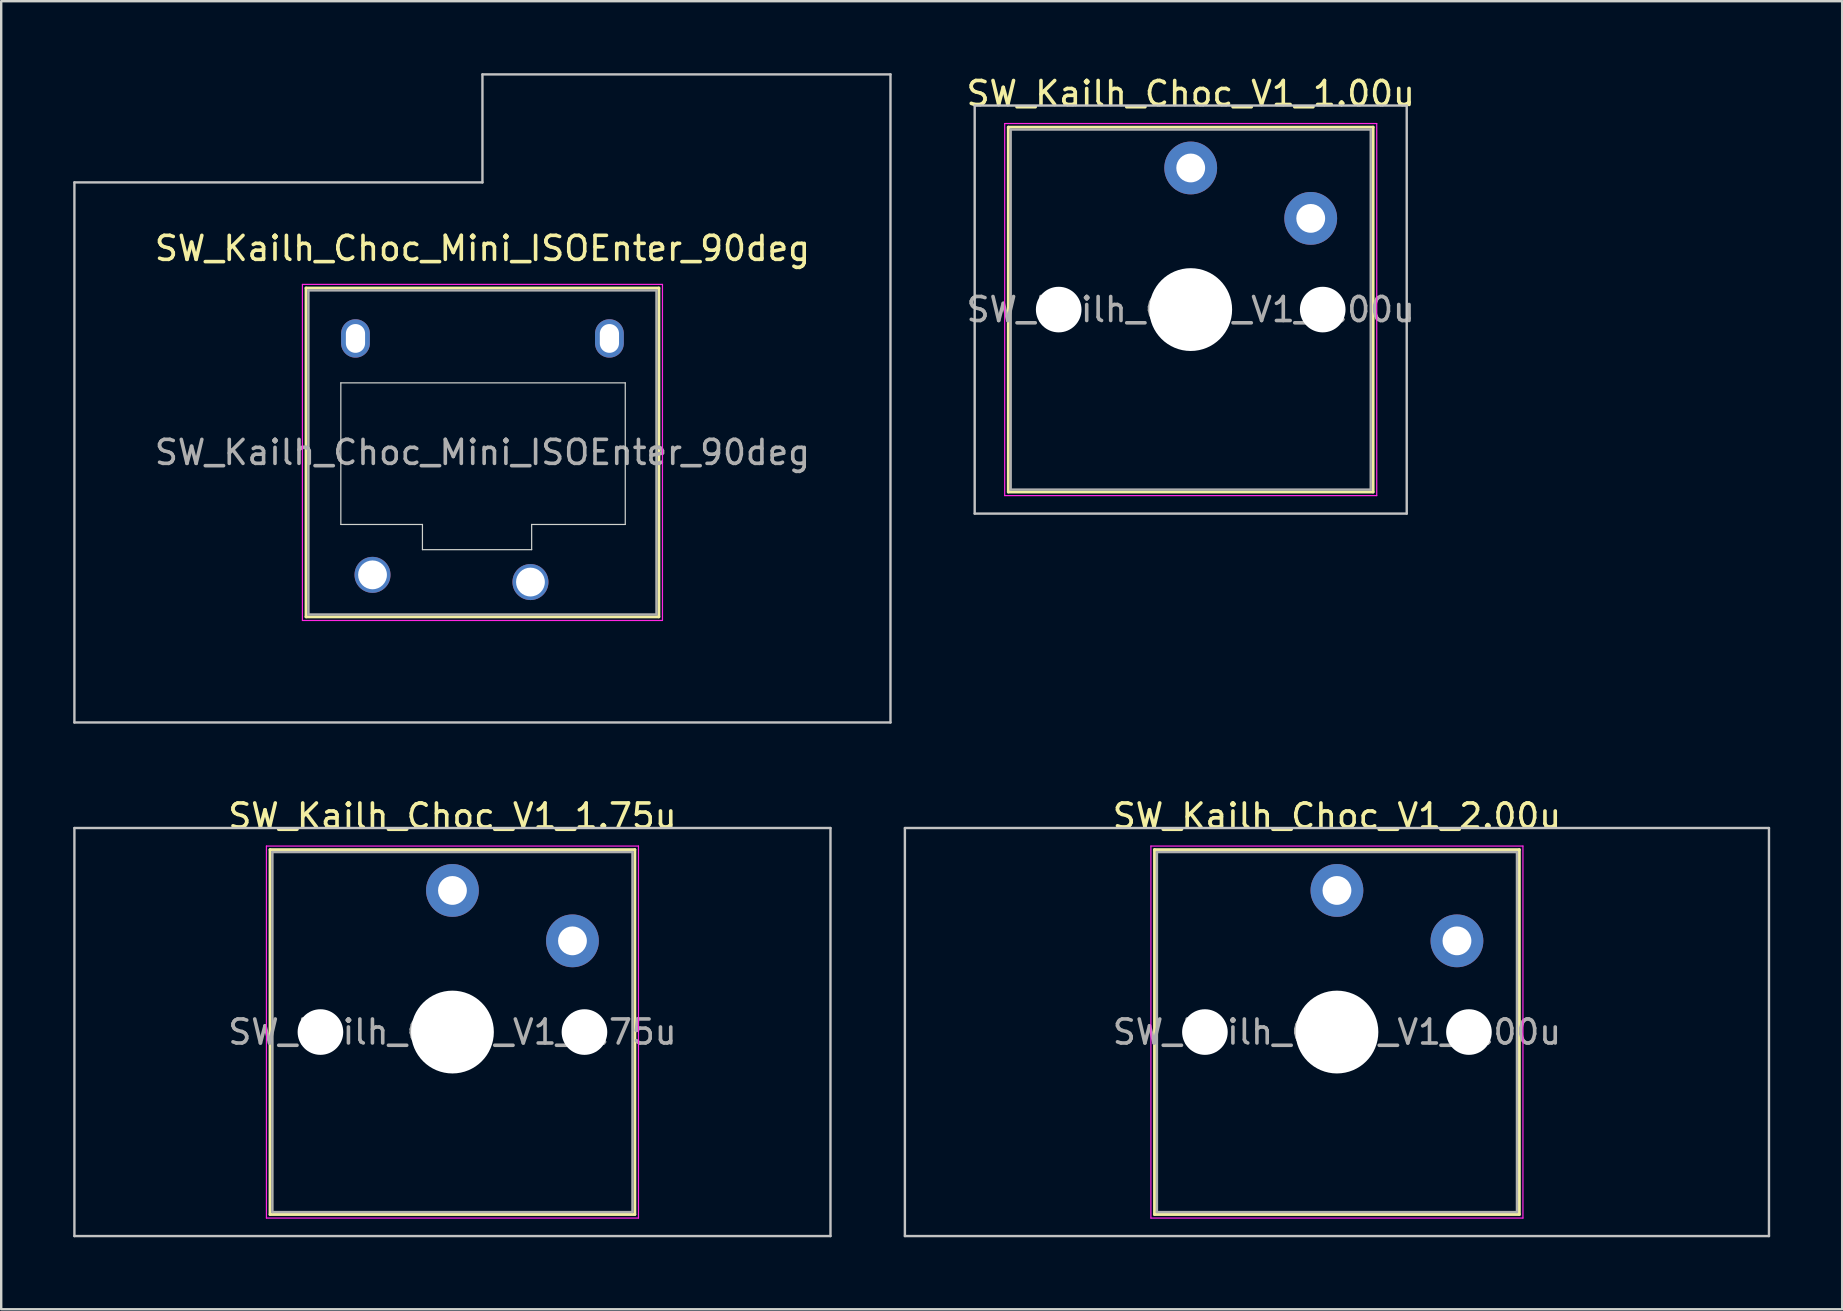
<source format=kicad_pcb>
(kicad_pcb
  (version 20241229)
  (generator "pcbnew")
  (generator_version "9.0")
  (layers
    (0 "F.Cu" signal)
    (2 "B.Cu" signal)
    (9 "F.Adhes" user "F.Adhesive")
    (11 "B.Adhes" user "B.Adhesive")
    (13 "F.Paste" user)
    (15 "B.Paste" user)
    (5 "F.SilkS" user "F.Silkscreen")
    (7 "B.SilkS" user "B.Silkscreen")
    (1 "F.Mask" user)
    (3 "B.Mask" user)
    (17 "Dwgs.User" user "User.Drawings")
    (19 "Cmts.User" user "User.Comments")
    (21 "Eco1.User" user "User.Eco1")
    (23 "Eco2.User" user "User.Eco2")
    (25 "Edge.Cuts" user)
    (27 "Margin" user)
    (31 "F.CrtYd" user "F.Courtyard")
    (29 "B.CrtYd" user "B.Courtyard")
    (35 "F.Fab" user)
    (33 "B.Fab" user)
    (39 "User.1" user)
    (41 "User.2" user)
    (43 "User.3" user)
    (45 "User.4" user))
  (footprint "SW_Kailh_Choc_V1_2.00u"
    (layer "F.Cu")
    (at 52.65 39.948)
    (property "Reference" "SW_Kailh_Choc_V1_2.00u" (at 0 -9 0) (layer "F.SilkS") (effects (font (size 1 1) (thickness 0.15))))
    (attr through_hole)
    (fp_line (start -7.6 -7.6) (end -7.6 7.6) (stroke (width 0.12) (type solid)) (layer "F.SilkS"))
    (fp_line (start -7.6 7.6) (end 7.6 7.6) (stroke (width 0.12) (type solid)) (layer "F.SilkS"))
    (fp_line (start 7.6 -7.6) (end -7.6 -7.6) (stroke (width 0.12) (type solid)) (layer "F.SilkS"))
    (fp_line (start 7.6 7.6) (end 7.6 -7.6) (stroke (width 0.12) (type solid)) (layer "F.SilkS"))
    (fp_line (start -18 -8.5) (end -18 8.5) (stroke (width 0.1) (type solid)) (layer "Dwgs.User"))
    (fp_line (start -18 8.5) (end 18 8.5) (stroke (width 0.1) (type solid)) (layer "Dwgs.User"))
    (fp_line (start 18 -8.5) (end -18 -8.5) (stroke (width 0.1) (type solid)) (layer "Dwgs.User"))
    (fp_line (start 18 8.5) (end 18 -8.5) (stroke (width 0.1) (type solid)) (layer "Dwgs.User"))
    (fp_line (start -7.25 -7.25) (end -7.25 7.25) (stroke (width 0.1) (type solid)) (layer "Eco1.User"))
    (fp_line (start -7.25 7.25) (end 7.25 7.25) (stroke (width 0.1) (type solid)) (layer "Eco1.User"))
    (fp_line (start 7.25 -7.25) (end -7.25 -7.25) (stroke (width 0.1) (type solid)) (layer "Eco1.User"))
    (fp_line (start 7.25 7.25) (end 7.25 -7.25) (stroke (width 0.1) (type solid)) (layer "Eco1.User"))
    (fp_line (start -7.75 -7.75) (end -7.75 7.75) (stroke (width 0.05) (type solid)) (layer "F.CrtYd"))
    (fp_line (start -7.75 7.75) (end 7.75 7.75) (stroke (width 0.05) (type solid)) (layer "F.CrtYd"))
    (fp_line (start 7.75 -7.75) (end -7.75 -7.75) (stroke (width 0.05) (type solid)) (layer "F.CrtYd"))
    (fp_line (start 7.75 7.75) (end 7.75 -7.75) (stroke (width 0.05) (type solid)) (layer "F.CrtYd"))
    (fp_line (start -7.5 -7.5) (end -7.5 7.5) (stroke (width 0.1) (type solid)) (layer "F.Fab"))
    (fp_line (start -7.5 7.5) (end 7.5 7.5) (stroke (width 0.1) (type solid)) (layer "F.Fab"))
    (fp_line (start 7.5 -7.5) (end -7.5 -7.5) (stroke (width 0.1) (type solid)) (layer "F.Fab"))
    (fp_line (start 7.5 7.5) (end 7.5 -7.5) (stroke (width 0.1) (type solid)) (layer "F.Fab"))
    (fp_text user "${REFERENCE}" (at 0 0 0) (layer "F.Fab") (effects (font (size 1 1) (thickness 0.15))))
    (pad "" np_thru_hole circle (at -5.5 0) (size 1.9 1.9) (drill 1.9) (layers "*.Cu" "*.Mask"))
    (pad "" np_thru_hole circle (at 0 0) (size 3.45 3.45) (drill 3.45) (layers "*.Cu" "*.Mask"))
    (pad "" np_thru_hole circle (at 5.5 0) (size 1.9 1.9) (drill 1.9) (layers "*.Cu" "*.Mask"))
    (pad "1" thru_hole circle (at 0 -5.9) (size 2.2 2.2) (drill 1.2) (layers "*.Cu" "*.Mask"))
    (pad "2" thru_hole circle (at 5 -3.8) (size 2.2 2.2) (drill 1.2) (layers "*.Cu" "*.Mask")))
  (footprint "SW_Kailh_Choc_V1_1.00u"
    (layer "F.Cu")
    (at 46.558 9.848)
    (property "Reference" "SW_Kailh_Choc_V1_1.00u" (at 0 -9 0) (layer "F.SilkS") (effects (font (size 1 1) (thickness 0.15))))
    (attr through_hole)
    (fp_line (start -7.6 -7.6) (end -7.6 7.6) (stroke (width 0.12) (type solid)) (layer "F.SilkS"))
    (fp_line (start -7.6 7.6) (end 7.6 7.6) (stroke (width 0.12) (type solid)) (layer "F.SilkS"))
    (fp_line (start 7.6 -7.6) (end -7.6 -7.6) (stroke (width 0.12) (type solid)) (layer "F.SilkS"))
    (fp_line (start 7.6 7.6) (end 7.6 -7.6) (stroke (width 0.12) (type solid)) (layer "F.SilkS"))
    (fp_line (start -9 -8.5) (end -9 8.5) (stroke (width 0.1) (type solid)) (layer "Dwgs.User"))
    (fp_line (start -9 8.5) (end 9 8.5) (stroke (width 0.1) (type solid)) (layer "Dwgs.User"))
    (fp_line (start 9 -8.5) (end -9 -8.5) (stroke (width 0.1) (type solid)) (layer "Dwgs.User"))
    (fp_line (start 9 8.5) (end 9 -8.5) (stroke (width 0.1) (type solid)) (layer "Dwgs.User"))
    (fp_line (start -7.25 -7.25) (end -7.25 7.25) (stroke (width 0.1) (type solid)) (layer "Eco1.User"))
    (fp_line (start -7.25 7.25) (end 7.25 7.25) (stroke (width 0.1) (type solid)) (layer "Eco1.User"))
    (fp_line (start 7.25 -7.25) (end -7.25 -7.25) (stroke (width 0.1) (type solid)) (layer "Eco1.User"))
    (fp_line (start 7.25 7.25) (end 7.25 -7.25) (stroke (width 0.1) (type solid)) (layer "Eco1.User"))
    (fp_line (start -7.75 -7.75) (end -7.75 7.75) (stroke (width 0.05) (type solid)) (layer "F.CrtYd"))
    (fp_line (start -7.75 7.75) (end 7.75 7.75) (stroke (width 0.05) (type solid)) (layer "F.CrtYd"))
    (fp_line (start 7.75 -7.75) (end -7.75 -7.75) (stroke (width 0.05) (type solid)) (layer "F.CrtYd"))
    (fp_line (start 7.75 7.75) (end 7.75 -7.75) (stroke (width 0.05) (type solid)) (layer "F.CrtYd"))
    (fp_line (start -7.5 -7.5) (end -7.5 7.5) (stroke (width 0.1) (type solid)) (layer "F.Fab"))
    (fp_line (start -7.5 7.5) (end 7.5 7.5) (stroke (width 0.1) (type solid)) (layer "F.Fab"))
    (fp_line (start 7.5 -7.5) (end -7.5 -7.5) (stroke (width 0.1) (type solid)) (layer "F.Fab"))
    (fp_line (start 7.5 7.5) (end 7.5 -7.5) (stroke (width 0.1) (type solid)) (layer "F.Fab"))
    (fp_text user "${REFERENCE}" (at 0 0 0) (layer "F.Fab") (effects (font (size 1 1) (thickness 0.15))))
    (pad "" np_thru_hole circle (at -5.5 0) (size 1.9 1.9) (drill 1.9) (layers "*.Cu" "*.Mask"))
    (pad "" np_thru_hole circle (at 0 0) (size 3.45 3.45) (drill 3.45) (layers "*.Cu" "*.Mask"))
    (pad "" np_thru_hole circle (at 5.5 0) (size 1.9 1.9) (drill 1.9) (layers "*.Cu" "*.Mask"))
    (pad "1" thru_hole circle (at 0 -5.9) (size 2.2 2.2) (drill 1.2) (layers "*.Cu" "*.Mask"))
    (pad "2" thru_hole circle (at 5 -3.8) (size 2.2 2.2) (drill 1.2) (layers "*.Cu" "*.Mask")))
  (footprint "SW_Kailh_Choc_V1_1.75u"
    (layer "F.Cu")
    (at 15.8 39.948)
    (property "Reference" "SW_Kailh_Choc_V1_1.75u" (at 0 -9 0) (layer "F.SilkS") (effects (font (size 1 1) (thickness 0.15))))
    (attr through_hole)
    (fp_line (start -7.6 -7.6) (end -7.6 7.6) (stroke (width 0.12) (type solid)) (layer "F.SilkS"))
    (fp_line (start -7.6 7.6) (end 7.6 7.6) (stroke (width 0.12) (type solid)) (layer "F.SilkS"))
    (fp_line (start 7.6 -7.6) (end -7.6 -7.6) (stroke (width 0.12) (type solid)) (layer "F.SilkS"))
    (fp_line (start 7.6 7.6) (end 7.6 -7.6) (stroke (width 0.12) (type solid)) (layer "F.SilkS"))
    (fp_line (start -15.75 -8.5) (end -15.75 8.5) (stroke (width 0.1) (type solid)) (layer "Dwgs.User"))
    (fp_line (start -15.75 8.5) (end 15.75 8.5) (stroke (width 0.1) (type solid)) (layer "Dwgs.User"))
    (fp_line (start 15.75 -8.5) (end -15.75 -8.5) (stroke (width 0.1) (type solid)) (layer "Dwgs.User"))
    (fp_line (start 15.75 8.5) (end 15.75 -8.5) (stroke (width 0.1) (type solid)) (layer "Dwgs.User"))
    (fp_line (start -7.25 -7.25) (end -7.25 7.25) (stroke (width 0.1) (type solid)) (layer "Eco1.User"))
    (fp_line (start -7.25 7.25) (end 7.25 7.25) (stroke (width 0.1) (type solid)) (layer "Eco1.User"))
    (fp_line (start 7.25 -7.25) (end -7.25 -7.25) (stroke (width 0.1) (type solid)) (layer "Eco1.User"))
    (fp_line (start 7.25 7.25) (end 7.25 -7.25) (stroke (width 0.1) (type solid)) (layer "Eco1.User"))
    (fp_line (start -7.75 -7.75) (end -7.75 7.75) (stroke (width 0.05) (type solid)) (layer "F.CrtYd"))
    (fp_line (start -7.75 7.75) (end 7.75 7.75) (stroke (width 0.05) (type solid)) (layer "F.CrtYd"))
    (fp_line (start 7.75 -7.75) (end -7.75 -7.75) (stroke (width 0.05) (type solid)) (layer "F.CrtYd"))
    (fp_line (start 7.75 7.75) (end 7.75 -7.75) (stroke (width 0.05) (type solid)) (layer "F.CrtYd"))
    (fp_line (start -7.5 -7.5) (end -7.5 7.5) (stroke (width 0.1) (type solid)) (layer "F.Fab"))
    (fp_line (start -7.5 7.5) (end 7.5 7.5) (stroke (width 0.1) (type solid)) (layer "F.Fab"))
    (fp_line (start 7.5 -7.5) (end -7.5 -7.5) (stroke (width 0.1) (type solid)) (layer "F.Fab"))
    (fp_line (start 7.5 7.5) (end 7.5 -7.5) (stroke (width 0.1) (type solid)) (layer "F.Fab"))
    (fp_text user "${REFERENCE}" (at 0 0 0) (layer "F.Fab") (effects (font (size 1 1) (thickness 0.15))))
    (pad "" np_thru_hole circle (at -5.5 0) (size 1.9 1.9) (drill 1.9) (layers "*.Cu" "*.Mask"))
    (pad "" np_thru_hole circle (at 0 0) (size 3.45 3.45) (drill 3.45) (layers "*.Cu" "*.Mask"))
    (pad "" np_thru_hole circle (at 5.5 0) (size 1.9 1.9) (drill 1.9) (layers "*.Cu" "*.Mask"))
    (pad "1" thru_hole circle (at 0 -5.9) (size 2.2 2.2) (drill 1.2) (layers "*.Cu" "*.Mask"))
    (pad "2" thru_hole circle (at 5 -3.8) (size 2.2 2.2) (drill 1.2) (layers "*.Cu" "*.Mask")))
  (footprint "SW_Kailh_Choc_Mini_ISOEnter_90deg"
    (layer "F.Cu")
    (at 17.05 15.8)
    (property "Reference" "SW_Kailh_Choc_Mini_ISOEnter_90deg" (at 0 -8.5 0) (layer "F.SilkS") (effects (font (size 1 1) (thickness 0.15))))
    (attr through_hole)
    (fp_line (start -7.35 -6.85) (end -7.35 6.85) (stroke (width 0.12) (type solid)) (layer "F.SilkS"))
    (fp_line (start -7.35 6.85) (end 7.35 6.85) (stroke (width 0.12) (type solid)) (layer "F.SilkS"))
    (fp_line (start 7.35 -6.85) (end -7.35 -6.85) (stroke (width 0.12) (type solid)) (layer "F.SilkS"))
    (fp_line (start 7.35 6.85) (end 7.35 -6.85) (stroke (width 0.12) (type solid)) (layer "F.SilkS"))
    (fp_line (start -17 -11.25) (end -17 11.25) (stroke (width 0.1) (type solid)) (layer "Dwgs.User"))
    (fp_line (start -17 11.25) (end 17 11.25) (stroke (width 0.1) (type solid)) (layer "Dwgs.User"))
    (fp_line (start 0 -15.75) (end 0 -11.25) (stroke (width 0.1) (type solid)) (layer "Dwgs.User"))
    (fp_line (start 0 -11.25) (end -17 -11.25) (stroke (width 0.1) (type solid)) (layer "Dwgs.User"))
    (fp_line (start 17 -15.75) (end 0 -15.75) (stroke (width 0.1) (type solid)) (layer "Dwgs.User"))
    (fp_line (start 17 11.25) (end 17 -15.75) (stroke (width 0.1) (type solid)) (layer "Dwgs.User"))
    (fp_line (start -6.85 -6.35) (end -6.85 6.35) (stroke (width 0.1) (type solid)) (layer "Eco1.User"))
    (fp_line (start -6.85 6.35) (end 6.85 6.35) (stroke (width 0.1) (type solid)) (layer "Eco1.User"))
    (fp_line (start 6.85 -6.35) (end -6.85 -6.35) (stroke (width 0.1) (type solid)) (layer "Eco1.User"))
    (fp_line (start 6.85 6.35) (end 6.85 -6.35) (stroke (width 0.1) (type solid)) (layer "Eco1.User"))
    (fp_line (start -5.9 -2.9) (end -5.9 3) (stroke (width 0.05) (type solid)) (layer "Edge.Cuts"))
    (fp_line (start -5.9 3) (end -2.5 3) (stroke (width 0.05) (type solid)) (layer "Edge.Cuts"))
    (fp_line (start -2.5 3) (end -2.5 4.05) (stroke (width 0.05) (type solid)) (layer "Edge.Cuts"))
    (fp_line (start -2.5 4.05) (end 2.05 4.05) (stroke (width 0.05) (type solid)) (layer "Edge.Cuts"))
    (fp_line (start 2.05 3) (end 5.95 3) (stroke (width 0.05) (type solid)) (layer "Edge.Cuts"))
    (fp_line (start 2.05 4.05) (end 2.05 3) (stroke (width 0.05) (type solid)) (layer "Edge.Cuts"))
    (fp_line (start 5.95 -2.9) (end -5.9 -2.9) (stroke (width 0.05) (type solid)) (layer "Edge.Cuts"))
    (fp_line (start 5.95 3) (end 5.95 -2.9) (stroke (width 0.05) (type solid)) (layer "Edge.Cuts"))
    (fp_line (start -7.5 -7) (end -7.5 7) (stroke (width 0.05) (type solid)) (layer "F.CrtYd"))
    (fp_line (start -7.5 7) (end 7.5 7) (stroke (width 0.05) (type solid)) (layer "F.CrtYd"))
    (fp_line (start 7.5 -7) (end -7.5 -7) (stroke (width 0.05) (type solid)) (layer "F.CrtYd"))
    (fp_line (start 7.5 7) (end 7.5 -7) (stroke (width 0.05) (type solid)) (layer "F.CrtYd"))
    (fp_line (start -7.25 -6.75) (end -7.25 6.75) (stroke (width 0.1) (type solid)) (layer "F.Fab"))
    (fp_line (start -7.25 6.75) (end 7.25 6.75) (stroke (width 0.1) (type solid)) (layer "F.Fab"))
    (fp_line (start 7.25 -6.75) (end -7.25 -6.75) (stroke (width 0.1) (type solid)) (layer "F.Fab"))
    (fp_line (start 7.25 6.75) (end 7.25 -6.75) (stroke (width 0.1) (type solid)) (layer "F.Fab"))
    (fp_text user "${REFERENCE}" (at 0 0 0) (layer "F.Fab") (effects (font (size 1 1) (thickness 0.15))))
    (pad "" np_thru_hole oval (at -5.29 -4.75) (size 1.2 1.6) (drill oval 0.8 1.2) (layers "*.Cu" "*.Mask"))
    (pad "" np_thru_hole oval (at 5.29 -4.75) (size 1.2 1.6) (drill oval 0.8 1.2) (layers "*.Cu" "*.Mask"))
    (pad "1" thru_hole circle (at 2 5.4) (size 1.5 1.5) (drill 1.2) (layers "*.Cu" "*.Mask"))
    (pad "2" thru_hole circle (at -4.58 5.1) (size 1.5 1.5) (drill 1.2) (layers "*.Cu" "*.Mask")))
  (gr_rect
    (start -3 -3)
    (end 73.7 51.498)
    (stroke (width 0.1) (type default))
    (fill no)
    (layer "Edge.Cuts")))
</source>
